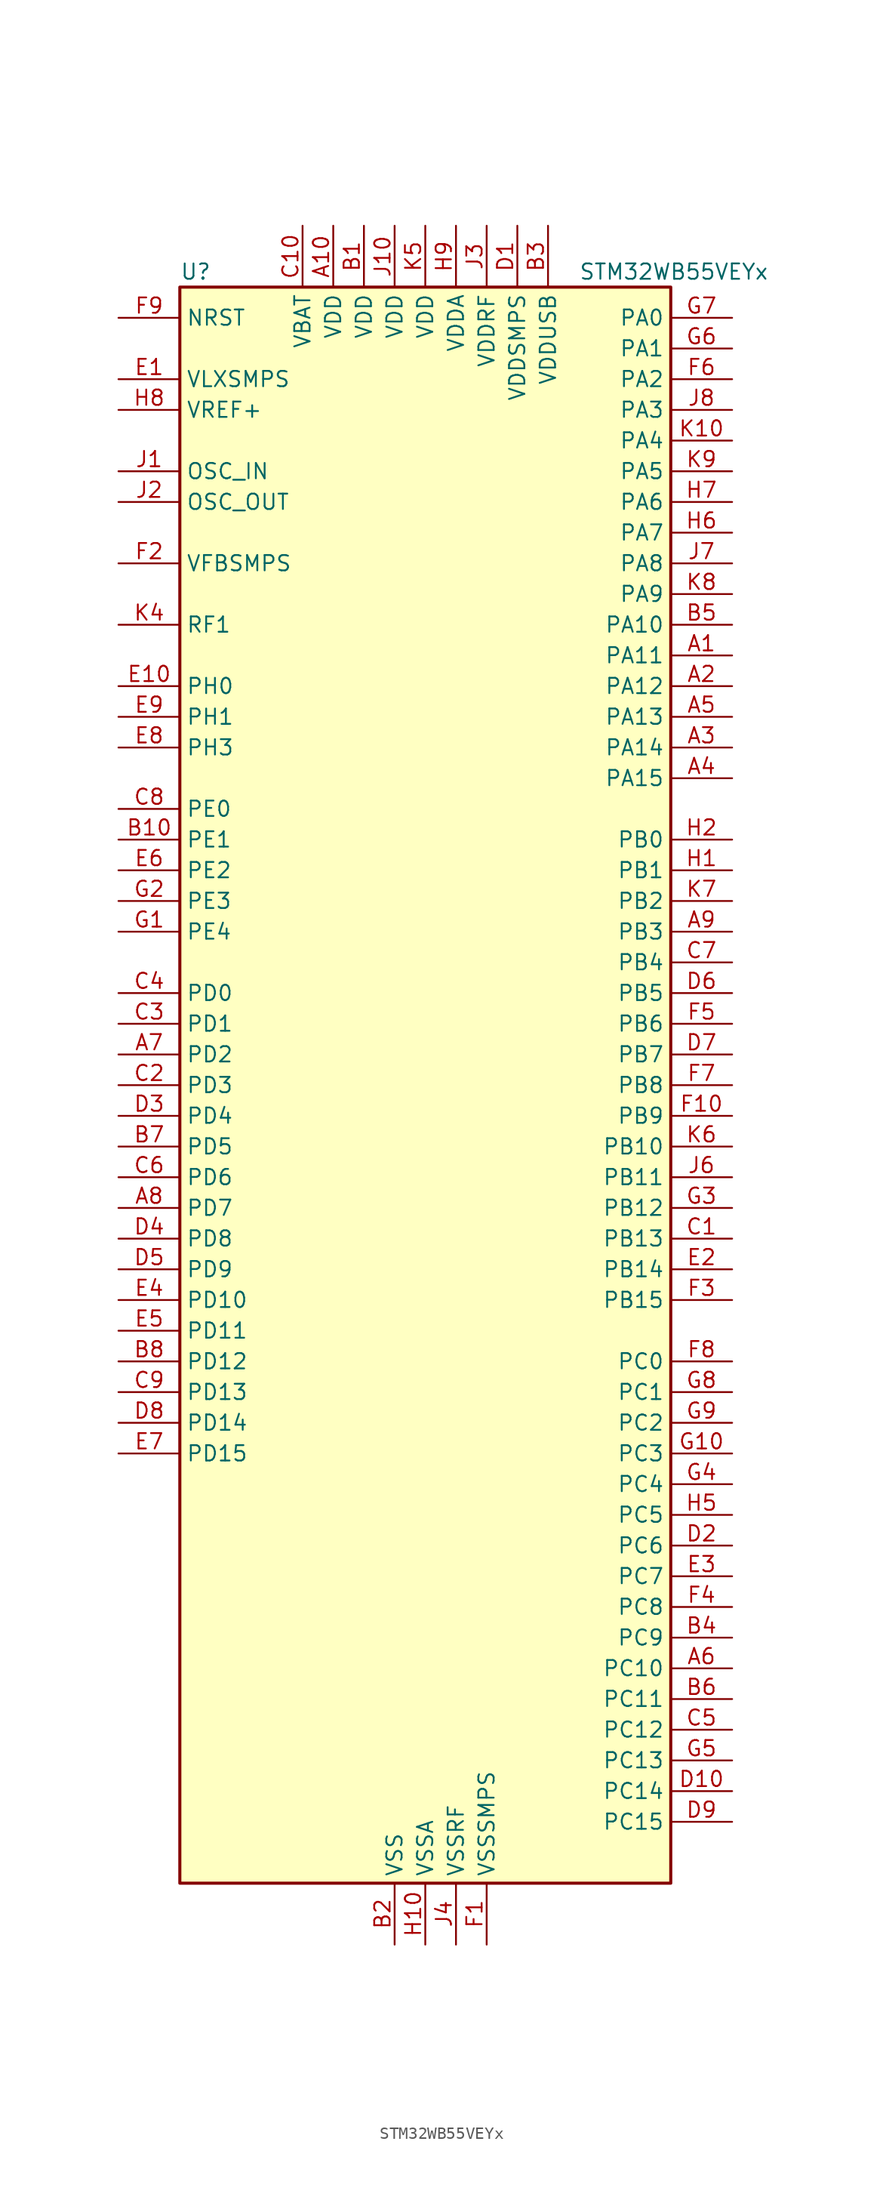
<source format=kicad_sym>
(kicad_symbol_lib
  (version 20220914)
  (generator kicad_symbol_editor)
  (symbol "STM32WB55VEYx"
    (property "Reference" "U"
      (at -20.32 67.31 0)
      (effects (font (size 1.27 1.27)) (justify left)))
    (property "Value" "STM32WB55VEYx"
      (at 12.7 67.31 0)
      (effects (font (size 1.27 1.27)) (justify left)))
    (property "ki_locked" ""
      (at 0 0 0)
      (effects (font (size 1.27 1.27))))
    (symbol "STM32WB55VEYx_0_1"
      (rectangle (start -20.32 -66.04) (end 20.32 66.04) (stroke (width 0.254) (type default)) (fill (type background))))
    (symbol "STM32WB55VEYx_1_1"
      (pin bidirectional line (at 25.4 35.56 180) (length 5.08) (name "PA11" (effects (font (size 1.27 1.27)))) (number "A1" (effects (font (size 1.27 1.27)))) (alternate "ADC1_EXTI11" bidirectional line) (alternate "SPI1_MISO" bidirectional line) (alternate "TIM1_BKIN2" bidirectional line) (alternate "TIM1_CH4" bidirectional line) (alternate "USART1_CTS" bidirectional line) (alternate "USART1_NSS" bidirectional line) (alternate "USB_DM" bidirectional line))
      (pin power_in line (at -7.62 71.12 270) (length 5.08) (name "VDD" (effects (font (size 1.27 1.27)))) (number "A10" (effects (font (size 1.27 1.27)))))
      (pin bidirectional line (at 25.4 33.02 180) (length 5.08) (name "PA12" (effects (font (size 1.27 1.27)))) (number "A2" (effects (font (size 1.27 1.27)))) (alternate "LPUART1_RX" bidirectional line) (alternate "SPI1_MOSI" bidirectional line) (alternate "TIM1_ETR" bidirectional line) (alternate "USART1_DE" bidirectional line) (alternate "USART1_RTS" bidirectional line) (alternate "USB_DP" bidirectional line))
      (pin bidirectional line (at 25.4 27.94 180) (length 5.08) (name "PA14" (effects (font (size 1.27 1.27)))) (number "A3" (effects (font (size 1.27 1.27)))) (alternate "I2C1_SMBA" bidirectional line) (alternate "LCD_SEG5" bidirectional line) (alternate "LPTIM1_OUT" bidirectional line) (alternate "SAI1_FS_B" bidirectional line) (alternate "SYS_JTCK-SWCLK" bidirectional line))
      (pin bidirectional line (at 25.4 25.4 180) (length 5.08) (name "PA15" (effects (font (size 1.27 1.27)))) (number "A4" (effects (font (size 1.27 1.27)))) (alternate "ADC1_EXTI15" bidirectional line) (alternate "LCD_SEG17" bidirectional line) (alternate "RCC_MCO" bidirectional line) (alternate "SPI1_NSS" bidirectional line) (alternate "SYS_JTDI" bidirectional line) (alternate "TIM2_CH1" bidirectional line) (alternate "TIM2_ETR" bidirectional line) (alternate "TSC_G3_IO1" bidirectional line))
      (pin bidirectional line (at 25.4 30.48 180) (length 5.08) (name "PA13" (effects (font (size 1.27 1.27)))) (number "A5" (effects (font (size 1.27 1.27)))) (alternate "IR_OUT" bidirectional line) (alternate "SAI1_SD_B" bidirectional line) (alternate "SYS_JTMS-SWDIO" bidirectional line) (alternate "USB_NOE" bidirectional line))
      (pin bidirectional line (at 25.4 -48.26 180) (length 5.08) (name "PC10" (effects (font (size 1.27 1.27)))) (number "A6" (effects (font (size 1.27 1.27)))) (alternate "LCD_COM4" bidirectional line) (alternate "LCD_SEG28" bidirectional line) (alternate "LCD_SEG40" bidirectional line) (alternate "SYS_TRACED1" bidirectional line) (alternate "TSC_G3_IO2" bidirectional line))
      (pin bidirectional line (at -25.4 2.54 0) (length 5.08) (name "PD2" (effects (font (size 1.27 1.27)))) (number "A7" (effects (font (size 1.27 1.27)))) (alternate "LCD_COM7" bidirectional line) (alternate "LCD_SEG31" bidirectional line) (alternate "LCD_SEG43" bidirectional line) (alternate "SYS_TRACED2" bidirectional line) (alternate "TSC_SYNC" bidirectional line))
      (pin bidirectional line (at -25.4 -10.16 0) (length 5.08) (name "PD7" (effects (font (size 1.27 1.27)))) (number "A8" (effects (font (size 1.27 1.27)))) (alternate "LCD_SEG39" bidirectional line) (alternate "QUADSPI_BK1_IO3" bidirectional line) (alternate "TSC_G5_IO4" bidirectional line))
      (pin bidirectional line (at 25.4 12.7 180) (length 5.08) (name "PB3" (effects (font (size 1.27 1.27)))) (number "A9" (effects (font (size 1.27 1.27)))) (alternate "COMP2_INM" bidirectional line) (alternate "LCD_SEG7" bidirectional line) (alternate "SAI1_SCK_B" bidirectional line) (alternate "SPI1_SCK" bidirectional line) (alternate "SYS_JTDO-SWO" bidirectional line) (alternate "TIM2_CH2" bidirectional line) (alternate "USART1_DE" bidirectional line) (alternate "USART1_RTS" bidirectional line))
      (pin power_in line (at -5.08 71.12 270) (length 5.08) (name "VDD" (effects (font (size 1.27 1.27)))) (number "B1" (effects (font (size 1.27 1.27)))))
      (pin bidirectional line (at -25.4 20.32 0) (length 5.08) (name "PE1" (effects (font (size 1.27 1.27)))) (number "B10" (effects (font (size 1.27 1.27)))) (alternate "LCD_SEG37" bidirectional line) (alternate "TIM17_CH1" bidirectional line) (alternate "TSC_G7_IO2" bidirectional line))
      (pin power_in line (at -2.54 -71.12 90) (length 5.08) (name "VSS" (effects (font (size 1.27 1.27)))) (number "B2" (effects (font (size 1.27 1.27)))))
      (pin power_in line (at 10.16 71.12 270) (length 5.08) (name "VDDUSB" (effects (font (size 1.27 1.27)))) (number "B3" (effects (font (size 1.27 1.27)))))
      (pin bidirectional line (at 25.4 -45.72 180) (length 5.08) (name "PC9" (effects (font (size 1.27 1.27)))) (number "B4" (effects (font (size 1.27 1.27)))) (alternate "LCD_SEG27" bidirectional line) (alternate "SAI1_SCK_B" bidirectional line) (alternate "TIM1_BKIN" bidirectional line) (alternate "TSC_G4_IO4" bidirectional line) (alternate "USB_NOE" bidirectional line))
      (pin bidirectional line (at 25.4 38.1 180) (length 5.08) (name "PA10" (effects (font (size 1.27 1.27)))) (number "B5" (effects (font (size 1.27 1.27)))) (alternate "CRS_SYNC" bidirectional line) (alternate "I2C1_SDA" bidirectional line) (alternate "LCD_COM2" bidirectional line) (alternate "SAI1_D1" bidirectional line) (alternate "SAI1_SD_A" bidirectional line) (alternate "TIM17_BKIN" bidirectional line) (alternate "TIM1_CH3" bidirectional line) (alternate "USART1_RX" bidirectional line))
      (pin bidirectional line (at 25.4 -50.8 180) (length 5.08) (name "PC11" (effects (font (size 1.27 1.27)))) (number "B6" (effects (font (size 1.27 1.27)))) (alternate "ADC1_EXTI11" bidirectional line) (alternate "LCD_COM5" bidirectional line) (alternate "LCD_SEG29" bidirectional line) (alternate "LCD_SEG41" bidirectional line) (alternate "TSC_G3_IO3" bidirectional line))
      (pin bidirectional line (at -25.4 -5.08 0) (length 5.08) (name "PD5" (effects (font (size 1.27 1.27)))) (number "B7" (effects (font (size 1.27 1.27)))) (alternate "QUADSPI_BK1_IO1" bidirectional line) (alternate "SAI1_MCLK_B" bidirectional line) (alternate "TSC_G5_IO2" bidirectional line))
      (pin bidirectional line (at -25.4 -22.86 0) (length 5.08) (name "PD12" (effects (font (size 1.27 1.27)))) (number "B8" (effects (font (size 1.27 1.27)))) (alternate "LCD_SEG32" bidirectional line) (alternate "LPTIM2_IN1" bidirectional line) (alternate "TSC_G6_IO3" bidirectional line))
      (pin passive line (at -2.54 -71.12 90) (length 5.08) hide (name "VSS" (effects (font (size 1.27 1.27)))) (number "B9" (effects (font (size 1.27 1.27)))))
      (pin bidirectional line (at 25.4 -12.7 180) (length 5.08) (name "PB13" (effects (font (size 1.27 1.27)))) (number "C1" (effects (font (size 1.27 1.27)))) (alternate "I2C3_SCL" bidirectional line) (alternate "LCD_SEG13" bidirectional line) (alternate "LPUART1_CTS" bidirectional line) (alternate "SAI1_SCK_A" bidirectional line) (alternate "SPI2_SCK" bidirectional line) (alternate "TIM1_CH1N" bidirectional line) (alternate "TSC_G1_IO2" bidirectional line))
      (pin power_in line (at -10.16 71.12 270) (length 5.08) (name "VBAT" (effects (font (size 1.27 1.27)))) (number "C10" (effects (font (size 1.27 1.27)))))
      (pin bidirectional line (at -25.4 0 0) (length 5.08) (name "PD3" (effects (font (size 1.27 1.27)))) (number "C2" (effects (font (size 1.27 1.27)))) (alternate "QUADSPI_BK1_NCS" bidirectional line) (alternate "SPI2_MISO" bidirectional line) (alternate "SPI2_SCK" bidirectional line))
      (pin bidirectional line (at -25.4 5.08 0) (length 5.08) (name "PD1" (effects (font (size 1.27 1.27)))) (number "C3" (effects (font (size 1.27 1.27)))) (alternate "SPI2_SCK" bidirectional line))
      (pin bidirectional line (at -25.4 7.62 0) (length 5.08) (name "PD0" (effects (font (size 1.27 1.27)))) (number "C4" (effects (font (size 1.27 1.27)))) (alternate "SPI2_NSS" bidirectional line))
      (pin bidirectional line (at 25.4 -53.34 180) (length 5.08) (name "PC12" (effects (font (size 1.27 1.27)))) (number "C5" (effects (font (size 1.27 1.27)))) (alternate "LCD_COM6" bidirectional line) (alternate "LCD_SEG30" bidirectional line) (alternate "LCD_SEG42" bidirectional line) (alternate "RCC_LSCO" bidirectional line) (alternate "RTC_TAMP3" bidirectional line) (alternate "SYS_TRACED3" bidirectional line) (alternate "SYS_WKUP3" bidirectional line) (alternate "TSC_G3_IO4" bidirectional line))
      (pin bidirectional line (at -25.4 -7.62 0) (length 5.08) (name "PD6" (effects (font (size 1.27 1.27)))) (number "C6" (effects (font (size 1.27 1.27)))) (alternate "QUADSPI_BK1_IO2" bidirectional line) (alternate "SAI1_D1" bidirectional line) (alternate "SAI1_SD_A" bidirectional line) (alternate "TSC_G5_IO3" bidirectional line))
      (pin bidirectional line (at 25.4 10.16 180) (length 5.08) (name "PB4" (effects (font (size 1.27 1.27)))) (number "C7" (effects (font (size 1.27 1.27)))) (alternate "COMP2_INP" bidirectional line) (alternate "I2C3_SDA" bidirectional line) (alternate "LCD_SEG8" bidirectional line) (alternate "SAI1_MCLK_B" bidirectional line) (alternate "SPI1_MISO" bidirectional line) (alternate "SYS_JTRST" bidirectional line) (alternate "TIM17_BKIN" bidirectional line) (alternate "TSC_G2_IO1" bidirectional line) (alternate "USART1_CTS" bidirectional line) (alternate "USART1_NSS" bidirectional line))
      (pin bidirectional line (at -25.4 22.86 0) (length 5.08) (name "PE0" (effects (font (size 1.27 1.27)))) (number "C8" (effects (font (size 1.27 1.27)))) (alternate "LCD_SEG36" bidirectional line) (alternate "TIM16_CH1" bidirectional line) (alternate "TIM1_ETR" bidirectional line) (alternate "TSC_G7_IO3" bidirectional line))
      (pin bidirectional line (at -25.4 -25.4 0) (length 5.08) (name "PD13" (effects (font (size 1.27 1.27)))) (number "C9" (effects (font (size 1.27 1.27)))) (alternate "LCD_SEG33" bidirectional line) (alternate "LPTIM2_OUT" bidirectional line) (alternate "TSC_G6_IO4" bidirectional line))
      (pin power_in line (at 7.62 71.12 270) (length 5.08) (name "VDDSMPS" (effects (font (size 1.27 1.27)))) (number "D1" (effects (font (size 1.27 1.27)))))
      (pin bidirectional line (at 25.4 -58.42 180) (length 5.08) (name "PC14" (effects (font (size 1.27 1.27)))) (number "D10" (effects (font (size 1.27 1.27)))) (alternate "RCC_OSC32_IN" bidirectional line))
      (pin bidirectional line (at 25.4 -38.1 180) (length 5.08) (name "PC6" (effects (font (size 1.27 1.27)))) (number "D2" (effects (font (size 1.27 1.27)))) (alternate "LCD_SEG24" bidirectional line) (alternate "TSC_G4_IO1" bidirectional line))
      (pin bidirectional line (at -25.4 -2.54 0) (length 5.08) (name "PD4" (effects (font (size 1.27 1.27)))) (number "D3" (effects (font (size 1.27 1.27)))) (alternate "QUADSPI_BK1_IO0" bidirectional line) (alternate "SPI2_MOSI" bidirectional line) (alternate "TSC_G5_IO1" bidirectional line))
      (pin bidirectional line (at -25.4 -12.7 0) (length 5.08) (name "PD8" (effects (font (size 1.27 1.27)))) (number "D4" (effects (font (size 1.27 1.27)))) (alternate "LCD_SEG28" bidirectional line) (alternate "TIM1_BKIN2" bidirectional line))
      (pin bidirectional line (at -25.4 -15.24 0) (length 5.08) (name "PD9" (effects (font (size 1.27 1.27)))) (number "D5" (effects (font (size 1.27 1.27)))) (alternate "LCD_SEG29" bidirectional line) (alternate "SYS_TRACED0" bidirectional line))
      (pin bidirectional line (at 25.4 7.62 180) (length 5.08) (name "PB5" (effects (font (size 1.27 1.27)))) (number "D6" (effects (font (size 1.27 1.27)))) (alternate "COMP2_OUT" bidirectional line) (alternate "I2C1_SMBA" bidirectional line) (alternate "LCD_SEG9" bidirectional line) (alternate "LPTIM1_IN1" bidirectional line) (alternate "LPUART1_TX" bidirectional line) (alternate "SAI1_SD_B" bidirectional line) (alternate "SPI1_MOSI" bidirectional line) (alternate "TIM16_BKIN" bidirectional line) (alternate "TSC_G2_IO2" bidirectional line) (alternate "USART1_CK" bidirectional line))
      (pin bidirectional line (at 25.4 2.54 180) (length 5.08) (name "PB7" (effects (font (size 1.27 1.27)))) (number "D7" (effects (font (size 1.27 1.27)))) (alternate "COMP2_INM" bidirectional line) (alternate "I2C1_SDA" bidirectional line) (alternate "LCD_SEG21" bidirectional line) (alternate "LPTIM1_IN2" bidirectional line) (alternate "SYS_PVD_IN" bidirectional line) (alternate "TIM17_CH1N" bidirectional line) (alternate "TIM1_BKIN" bidirectional line) (alternate "TSC_G2_IO4" bidirectional line) (alternate "USART1_RX" bidirectional line))
      (pin bidirectional line (at -25.4 -27.94 0) (length 5.08) (name "PD14" (effects (font (size 1.27 1.27)))) (number "D8" (effects (font (size 1.27 1.27)))) (alternate "LCD_SEG34" bidirectional line) (alternate "TIM1_CH1" bidirectional line))
      (pin bidirectional line (at 25.4 -60.96 180) (length 5.08) (name "PC15" (effects (font (size 1.27 1.27)))) (number "D9" (effects (font (size 1.27 1.27)))) (alternate "ADC1_EXTI15" bidirectional line) (alternate "RCC_OSC32_OUT" bidirectional line))
      (pin power_in line (at -25.4 58.42 0) (length 5.08) (name "VLXSMPS" (effects (font (size 1.27 1.27)))) (number "E1" (effects (font (size 1.27 1.27)))))
      (pin bidirectional line (at -25.4 33.02 0) (length 5.08) (name "PH0" (effects (font (size 1.27 1.27)))) (number "E10" (effects (font (size 1.27 1.27)))))
      (pin bidirectional line (at 25.4 -15.24 180) (length 5.08) (name "PB14" (effects (font (size 1.27 1.27)))) (number "E2" (effects (font (size 1.27 1.27)))) (alternate "I2C3_SDA" bidirectional line) (alternate "LCD_SEG14" bidirectional line) (alternate "SAI1_MCLK_A" bidirectional line) (alternate "SPI2_MISO" bidirectional line) (alternate "TIM1_CH2N" bidirectional line) (alternate "TSC_G1_IO3" bidirectional line))
      (pin bidirectional line (at 25.4 -40.64 180) (length 5.08) (name "PC7" (effects (font (size 1.27 1.27)))) (number "E3" (effects (font (size 1.27 1.27)))) (alternate "LCD_SEG25" bidirectional line) (alternate "TSC_G4_IO2" bidirectional line))
      (pin bidirectional line (at -25.4 -17.78 0) (length 5.08) (name "PD10" (effects (font (size 1.27 1.27)))) (number "E4" (effects (font (size 1.27 1.27)))) (alternate "LCD_SEG30" bidirectional line) (alternate "SYS_TRIG_INOUT" bidirectional line) (alternate "TSC_G6_IO1" bidirectional line))
      (pin bidirectional line (at -25.4 -20.32 0) (length 5.08) (name "PD11" (effects (font (size 1.27 1.27)))) (number "E5" (effects (font (size 1.27 1.27)))) (alternate "ADC1_EXTI11" bidirectional line) (alternate "LCD_SEG31" bidirectional line) (alternate "LPTIM2_ETR" bidirectional line) (alternate "TSC_G6_IO2" bidirectional line))
      (pin bidirectional line (at -25.4 17.78 0) (length 5.08) (name "PE2" (effects (font (size 1.27 1.27)))) (number "E6" (effects (font (size 1.27 1.27)))) (alternate "LCD_SEG38" bidirectional line) (alternate "SAI1_CK1" bidirectional line) (alternate "SAI1_MCLK_A" bidirectional line) (alternate "SYS_TRACECLK" bidirectional line) (alternate "TSC_G7_IO1" bidirectional line))
      (pin bidirectional line (at -25.4 -30.48 0) (length 5.08) (name "PD15" (effects (font (size 1.27 1.27)))) (number "E7" (effects (font (size 1.27 1.27)))) (alternate "ADC1_EXTI15" bidirectional line) (alternate "LCD_SEG35" bidirectional line) (alternate "TIM1_CH2" bidirectional line))
      (pin bidirectional line (at -25.4 27.94 0) (length 5.08) (name "PH3" (effects (font (size 1.27 1.27)))) (number "E8" (effects (font (size 1.27 1.27)))) (alternate "RCC_LSCO" bidirectional line))
      (pin bidirectional line (at -25.4 30.48 0) (length 5.08) (name "PH1" (effects (font (size 1.27 1.27)))) (number "E9" (effects (font (size 1.27 1.27)))))
      (pin power_in line (at 5.08 -71.12 90) (length 5.08) (name "VSSSMPS" (effects (font (size 1.27 1.27)))) (number "F1" (effects (font (size 1.27 1.27)))))
      (pin bidirectional line (at 25.4 -2.54 180) (length 5.08) (name "PB9" (effects (font (size 1.27 1.27)))) (number "F10" (effects (font (size 1.27 1.27)))) (alternate "I2C1_SDA" bidirectional line) (alternate "IR_OUT" bidirectional line) (alternate "LCD_COM3" bidirectional line) (alternate "QUADSPI_BK1_IO0" bidirectional line) (alternate "SAI1_D2" bidirectional line) (alternate "SAI1_FS_A" bidirectional line) (alternate "SPI2_NSS" bidirectional line) (alternate "TIM17_CH1" bidirectional line) (alternate "TIM1_CH3N" bidirectional line) (alternate "TSC_G7_IO4" bidirectional line))
      (pin input line (at -25.4 43.18 0) (length 5.08) (name "VFBSMPS" (effects (font (size 1.27 1.27)))) (number "F2" (effects (font (size 1.27 1.27)))))
      (pin bidirectional line (at 25.4 -17.78 180) (length 5.08) (name "PB15" (effects (font (size 1.27 1.27)))) (number "F3" (effects (font (size 1.27 1.27)))) (alternate "ADC1_EXTI15" bidirectional line) (alternate "LCD_SEG15" bidirectional line) (alternate "RTC_REFIN" bidirectional line) (alternate "SAI1_SD_A" bidirectional line) (alternate "SPI2_MOSI" bidirectional line) (alternate "TIM1_CH3N" bidirectional line) (alternate "TSC_G1_IO4" bidirectional line))
      (pin bidirectional line (at 25.4 -43.18 180) (length 5.08) (name "PC8" (effects (font (size 1.27 1.27)))) (number "F4" (effects (font (size 1.27 1.27)))) (alternate "LCD_SEG26" bidirectional line) (alternate "TSC_G4_IO3" bidirectional line))
      (pin bidirectional line (at 25.4 5.08 180) (length 5.08) (name "PB6" (effects (font (size 1.27 1.27)))) (number "F5" (effects (font (size 1.27 1.27)))) (alternate "COMP2_INP" bidirectional line) (alternate "I2C1_SCL" bidirectional line) (alternate "LCD_SEG6" bidirectional line) (alternate "LPTIM1_ETR" bidirectional line) (alternate "RCC_MCO" bidirectional line) (alternate "SAI1_FS_B" bidirectional line) (alternate "TIM16_CH1N" bidirectional line) (alternate "TSC_G2_IO3" bidirectional line) (alternate "USART1_TX" bidirectional line))
      (pin bidirectional line (at 25.4 58.42 180) (length 5.08) (name "PA2" (effects (font (size 1.27 1.27)))) (number "F6" (effects (font (size 1.27 1.27)))) (alternate "ADC1_IN7" bidirectional line) (alternate "COMP2_INM" bidirectional line) (alternate "COMP2_OUT" bidirectional line) (alternate "LCD_SEG1" bidirectional line) (alternate "LPUART1_TX" bidirectional line) (alternate "QUADSPI_BK1_NCS" bidirectional line) (alternate "RCC_LSCO" bidirectional line) (alternate "SYS_WKUP4" bidirectional line) (alternate "TIM2_CH3" bidirectional line))
      (pin bidirectional line (at 25.4 0 180) (length 5.08) (name "PB8" (effects (font (size 1.27 1.27)))) (number "F7" (effects (font (size 1.27 1.27)))) (alternate "I2C1_SCL" bidirectional line) (alternate "LCD_SEG16" bidirectional line) (alternate "QUADSPI_BK1_IO1" bidirectional line) (alternate "SAI1_CK1" bidirectional line) (alternate "SAI1_MCLK_A" bidirectional line) (alternate "TIM16_CH1" bidirectional line) (alternate "TIM1_CH2N" bidirectional line))
      (pin bidirectional line (at 25.4 -22.86 180) (length 5.08) (name "PC0" (effects (font (size 1.27 1.27)))) (number "F8" (effects (font (size 1.27 1.27)))) (alternate "ADC1_IN1" bidirectional line) (alternate "I2C3_SCL" bidirectional line) (alternate "LCD_SEG18" bidirectional line) (alternate "LPTIM1_IN1" bidirectional line) (alternate "LPTIM2_IN1" bidirectional line) (alternate "LPUART1_RX" bidirectional line))
      (pin input line (at -25.4 63.5 0) (length 5.08) (name "NRST" (effects (font (size 1.27 1.27)))) (number "F9" (effects (font (size 1.27 1.27)))))
      (pin bidirectional line (at -25.4 12.7 0) (length 5.08) (name "PE4" (effects (font (size 1.27 1.27)))) (number "G1" (effects (font (size 1.27 1.27)))))
      (pin bidirectional line (at 25.4 -30.48 180) (length 5.08) (name "PC3" (effects (font (size 1.27 1.27)))) (number "G10" (effects (font (size 1.27 1.27)))) (alternate "ADC1_IN4" bidirectional line) (alternate "LCD_VLCD" bidirectional line) (alternate "LPTIM1_ETR" bidirectional line) (alternate "LPTIM2_ETR" bidirectional line) (alternate "SAI1_D1" bidirectional line) (alternate "SAI1_SD_A" bidirectional line) (alternate "SPI2_MOSI" bidirectional line))
      (pin bidirectional line (at -25.4 15.24 0) (length 5.08) (name "PE3" (effects (font (size 1.27 1.27)))) (number "G2" (effects (font (size 1.27 1.27)))))
      (pin bidirectional line (at 25.4 -10.16 180) (length 5.08) (name "PB12" (effects (font (size 1.27 1.27)))) (number "G3" (effects (font (size 1.27 1.27)))) (alternate "I2C3_SMBA" bidirectional line) (alternate "LCD_SEG12" bidirectional line) (alternate "LPUART1_DE" bidirectional line) (alternate "LPUART1_RTS" bidirectional line) (alternate "SAI1_FS_A" bidirectional line) (alternate "SPI2_NSS" bidirectional line) (alternate "TIM1_BKIN" bidirectional line) (alternate "TSC_G1_IO1" bidirectional line))
      (pin bidirectional line (at 25.4 -33.02 180) (length 5.08) (name "PC4" (effects (font (size 1.27 1.27)))) (number "G4" (effects (font (size 1.27 1.27)))) (alternate "ADC1_IN13" bidirectional line) (alternate "COMP1_INM" bidirectional line) (alternate "LCD_SEG22" bidirectional line))
      (pin bidirectional line (at 25.4 -55.88 180) (length 5.08) (name "PC13" (effects (font (size 1.27 1.27)))) (number "G5" (effects (font (size 1.27 1.27)))) (alternate "RTC_OUT1" bidirectional line) (alternate "RTC_TAMP1" bidirectional line) (alternate "RTC_TS" bidirectional line) (alternate "SYS_WKUP2" bidirectional line))
      (pin bidirectional line (at 25.4 60.96 180) (length 5.08) (name "PA1" (effects (font (size 1.27 1.27)))) (number "G6" (effects (font (size 1.27 1.27)))) (alternate "ADC1_IN6" bidirectional line) (alternate "COMP1_INP" bidirectional line) (alternate "I2C1_SMBA" bidirectional line) (alternate "LCD_SEG0" bidirectional line) (alternate "SPI1_SCK" bidirectional line) (alternate "TIM2_CH2" bidirectional line))
      (pin bidirectional line (at 25.4 63.5 180) (length 5.08) (name "PA0" (effects (font (size 1.27 1.27)))) (number "G7" (effects (font (size 1.27 1.27)))) (alternate "ADC1_IN5" bidirectional line) (alternate "COMP1_INM" bidirectional line) (alternate "COMP1_OUT" bidirectional line) (alternate "RTC_TAMP2" bidirectional line) (alternate "SAI1_EXTCLK" bidirectional line) (alternate "SYS_WKUP1" bidirectional line) (alternate "TIM2_CH1" bidirectional line) (alternate "TIM2_ETR" bidirectional line))
      (pin bidirectional line (at 25.4 -25.4 180) (length 5.08) (name "PC1" (effects (font (size 1.27 1.27)))) (number "G8" (effects (font (size 1.27 1.27)))) (alternate "ADC1_IN2" bidirectional line) (alternate "I2C3_SDA" bidirectional line) (alternate "LCD_SEG19" bidirectional line) (alternate "LPTIM1_OUT" bidirectional line) (alternate "LPUART1_TX" bidirectional line) (alternate "SPI2_MOSI" bidirectional line))
      (pin bidirectional line (at 25.4 -27.94 180) (length 5.08) (name "PC2" (effects (font (size 1.27 1.27)))) (number "G9" (effects (font (size 1.27 1.27)))) (alternate "ADC1_IN3" bidirectional line) (alternate "LCD_SEG20" bidirectional line) (alternate "LPTIM1_IN2" bidirectional line) (alternate "SPI2_MISO" bidirectional line))
      (pin bidirectional line (at 25.4 17.78 180) (length 5.08) (name "PB1" (effects (font (size 1.27 1.27)))) (number "H1" (effects (font (size 1.27 1.27)))) (alternate "LPTIM2_IN1" bidirectional line) (alternate "LPUART1_DE" bidirectional line) (alternate "LPUART1_RTS" bidirectional line))
      (pin power_in line (at 0 -71.12 90) (length 5.08) (name "VSSA" (effects (font (size 1.27 1.27)))) (number "H10" (effects (font (size 1.27 1.27)))))
      (pin bidirectional line (at 25.4 20.32 180) (length 5.08) (name "PB0" (effects (font (size 1.27 1.27)))) (number "H2" (effects (font (size 1.27 1.27)))) (alternate "COMP1_OUT" bidirectional line) (alternate "RF_TX_MOD_EXT_PA" bidirectional line))
      (pin no_connect line (at -20.32 -66.04 0) (length 5.08) hide (name "AT0" (effects (font (size 1.27 1.27)))) (number "H3" (effects (font (size 1.27 1.27)))))
      (pin no_connect line (at -20.32 -63.5 0) (length 5.08) hide (name "AT1" (effects (font (size 1.27 1.27)))) (number "H4" (effects (font (size 1.27 1.27)))))
      (pin bidirectional line (at 25.4 -35.56 180) (length 5.08) (name "PC5" (effects (font (size 1.27 1.27)))) (number "H5" (effects (font (size 1.27 1.27)))) (alternate "ADC1_IN14" bidirectional line) (alternate "COMP1_INP" bidirectional line) (alternate "LCD_SEG23" bidirectional line) (alternate "SAI1_D3" bidirectional line) (alternate "SYS_WKUP5" bidirectional line))
      (pin bidirectional line (at 25.4 45.72 180) (length 5.08) (name "PA7" (effects (font (size 1.27 1.27)))) (number "H6" (effects (font (size 1.27 1.27)))) (alternate "ADC1_IN12" bidirectional line) (alternate "COMP2_OUT" bidirectional line) (alternate "I2C3_SCL" bidirectional line) (alternate "LCD_SEG4" bidirectional line) (alternate "QUADSPI_BK1_IO2" bidirectional line) (alternate "SPI1_MOSI" bidirectional line) (alternate "TIM17_CH1" bidirectional line) (alternate "TIM1_CH1N" bidirectional line))
      (pin bidirectional line (at 25.4 48.26 180) (length 5.08) (name "PA6" (effects (font (size 1.27 1.27)))) (number "H7" (effects (font (size 1.27 1.27)))) (alternate "ADC1_IN11" bidirectional line) (alternate "LCD_SEG3" bidirectional line) (alternate "LPUART1_CTS" bidirectional line) (alternate "QUADSPI_BK1_IO3" bidirectional line) (alternate "SPI1_MISO" bidirectional line) (alternate "TIM16_CH1" bidirectional line) (alternate "TIM1_BKIN" bidirectional line))
      (pin input line (at -25.4 55.88 0) (length 5.08) (name "VREF+" (effects (font (size 1.27 1.27)))) (number "H8" (effects (font (size 1.27 1.27)))) (alternate "VREFBUF_OUT" bidirectional line))
      (pin power_in line (at 2.54 71.12 270) (length 5.08) (name "VDDA" (effects (font (size 1.27 1.27)))) (number "H9" (effects (font (size 1.27 1.27)))))
      (pin input line (at -25.4 50.8 0) (length 5.08) (name "OSC_IN" (effects (font (size 1.27 1.27)))) (number "J1" (effects (font (size 1.27 1.27)))) (alternate "RCC_OSC_IN" bidirectional line))
      (pin power_in line (at -2.54 71.12 270) (length 5.08) (name "VDD" (effects (font (size 1.27 1.27)))) (number "J10" (effects (font (size 1.27 1.27)))))
      (pin input line (at -25.4 48.26 0) (length 5.08) (name "OSC_OUT" (effects (font (size 1.27 1.27)))) (number "J2" (effects (font (size 1.27 1.27)))) (alternate "RCC_OSC_OUT" bidirectional line))
      (pin power_in line (at 5.08 71.12 270) (length 5.08) (name "VDDRF" (effects (font (size 1.27 1.27)))) (number "J3" (effects (font (size 1.27 1.27)))))
      (pin power_in line (at 2.54 -71.12 90) (length 5.08) (name "VSSRF" (effects (font (size 1.27 1.27)))) (number "J4" (effects (font (size 1.27 1.27)))))
      (pin passive line (at -2.54 -71.12 90) (length 5.08) hide (name "VSS" (effects (font (size 1.27 1.27)))) (number "J5" (effects (font (size 1.27 1.27)))))
      (pin bidirectional line (at 25.4 -7.62 180) (length 5.08) (name "PB11" (effects (font (size 1.27 1.27)))) (number "J6" (effects (font (size 1.27 1.27)))) (alternate "ADC1_EXTI11" bidirectional line) (alternate "COMP2_OUT" bidirectional line) (alternate "I2C3_SDA" bidirectional line) (alternate "LCD_SEG11" bidirectional line) (alternate "LPUART1_TX" bidirectional line) (alternate "QUADSPI_BK1_NCS" bidirectional line) (alternate "TIM2_CH4" bidirectional line))
      (pin bidirectional line (at 25.4 43.18 180) (length 5.08) (name "PA8" (effects (font (size 1.27 1.27)))) (number "J7" (effects (font (size 1.27 1.27)))) (alternate "ADC1_IN15" bidirectional line) (alternate "LCD_COM0" bidirectional line) (alternate "LPTIM2_OUT" bidirectional line) (alternate "RCC_MCO" bidirectional line) (alternate "SAI1_CK2" bidirectional line) (alternate "SAI1_SCK_A" bidirectional line) (alternate "TIM1_CH1" bidirectional line) (alternate "USART1_CK" bidirectional line))
      (pin bidirectional line (at 25.4 55.88 180) (length 5.08) (name "PA3" (effects (font (size 1.27 1.27)))) (number "J8" (effects (font (size 1.27 1.27)))) (alternate "ADC1_IN8" bidirectional line) (alternate "COMP2_INP" bidirectional line) (alternate "LCD_SEG2" bidirectional line) (alternate "LPUART1_RX" bidirectional line) (alternate "QUADSPI_CLK" bidirectional line) (alternate "SAI1_CK1" bidirectional line) (alternate "SAI1_MCLK_A" bidirectional line) (alternate "TIM2_CH4" bidirectional line))
      (pin passive line (at -2.54 -71.12 90) (length 5.08) hide (name "VSS" (effects (font (size 1.27 1.27)))) (number "J9" (effects (font (size 1.27 1.27)))))
      (pin passive line (at 2.54 -71.12 90) (length 5.08) hide (name "VSSRF" (effects (font (size 1.27 1.27)))) (number "K1" (effects (font (size 1.27 1.27)))))
      (pin bidirectional line (at 25.4 53.34 180) (length 5.08) (name "PA4" (effects (font (size 1.27 1.27)))) (number "K10" (effects (font (size 1.27 1.27)))) (alternate "ADC1_IN9" bidirectional line) (alternate "COMP1_INM" bidirectional line) (alternate "COMP2_INM" bidirectional line) (alternate "LCD_SEG5" bidirectional line) (alternate "LPTIM2_OUT" bidirectional line) (alternate "SAI1_FS_B" bidirectional line) (alternate "SPI1_NSS" bidirectional line))
      (pin passive line (at 2.54 -71.12 90) (length 5.08) hide (name "VSSRF" (effects (font (size 1.27 1.27)))) (number "K2" (effects (font (size 1.27 1.27)))))
      (pin passive line (at 2.54 -71.12 90) (length 5.08) hide (name "VSSRF" (effects (font (size 1.27 1.27)))) (number "K3" (effects (font (size 1.27 1.27)))))
      (pin bidirectional line (at -25.4 38.1 0) (length 5.08) (name "RF1" (effects (font (size 1.27 1.27)))) (number "K4" (effects (font (size 1.27 1.27)))) (alternate "RF_RF1" bidirectional line))
      (pin power_in line (at 0 71.12 270) (length 5.08) (name "VDD" (effects (font (size 1.27 1.27)))) (number "K5" (effects (font (size 1.27 1.27)))))
      (pin bidirectional line (at 25.4 -5.08 180) (length 5.08) (name "PB10" (effects (font (size 1.27 1.27)))) (number "K6" (effects (font (size 1.27 1.27)))) (alternate "COMP1_OUT" bidirectional line) (alternate "I2C3_SCL" bidirectional line) (alternate "LCD_SEG10" bidirectional line) (alternate "LPUART1_RX" bidirectional line) (alternate "QUADSPI_CLK" bidirectional line) (alternate "SAI1_SCK_A" bidirectional line) (alternate "SPI2_SCK" bidirectional line) (alternate "TIM2_CH3" bidirectional line) (alternate "TSC_SYNC" bidirectional line))
      (pin bidirectional line (at 25.4 15.24 180) (length 5.08) (name "PB2" (effects (font (size 1.27 1.27)))) (number "K7" (effects (font (size 1.27 1.27)))) (alternate "COMP1_INP" bidirectional line) (alternate "I2C3_SMBA" bidirectional line) (alternate "LCD_VLCD" bidirectional line) (alternate "LPTIM1_OUT" bidirectional line) (alternate "RTC_OUT2" bidirectional line) (alternate "SAI1_EXTCLK" bidirectional line) (alternate "SPI1_NSS" bidirectional line))
      (pin bidirectional line (at 25.4 40.64 180) (length 5.08) (name "PA9" (effects (font (size 1.27 1.27)))) (number "K8" (effects (font (size 1.27 1.27)))) (alternate "ADC1_IN16" bidirectional line) (alternate "COMP1_INM" bidirectional line) (alternate "I2C1_SCL" bidirectional line) (alternate "LCD_COM1" bidirectional line) (alternate "SAI1_D2" bidirectional line) (alternate "SAI1_FS_A" bidirectional line) (alternate "SPI2_SCK" bidirectional line) (alternate "TIM1_CH2" bidirectional line) (alternate "USART1_TX" bidirectional line))
      (pin bidirectional line (at 25.4 50.8 180) (length 5.08) (name "PA5" (effects (font (size 1.27 1.27)))) (number "K9" (effects (font (size 1.27 1.27)))) (alternate "ADC1_IN10" bidirectional line) (alternate "COMP1_INM" bidirectional line) (alternate "COMP2_INM" bidirectional line) (alternate "LPTIM2_ETR" bidirectional line) (alternate "SAI1_SD_B" bidirectional line) (alternate "SPI1_SCK" bidirectional line) (alternate "TIM2_CH1" bidirectional line) (alternate "TIM2_ETR" bidirectional line)))))
</source>
